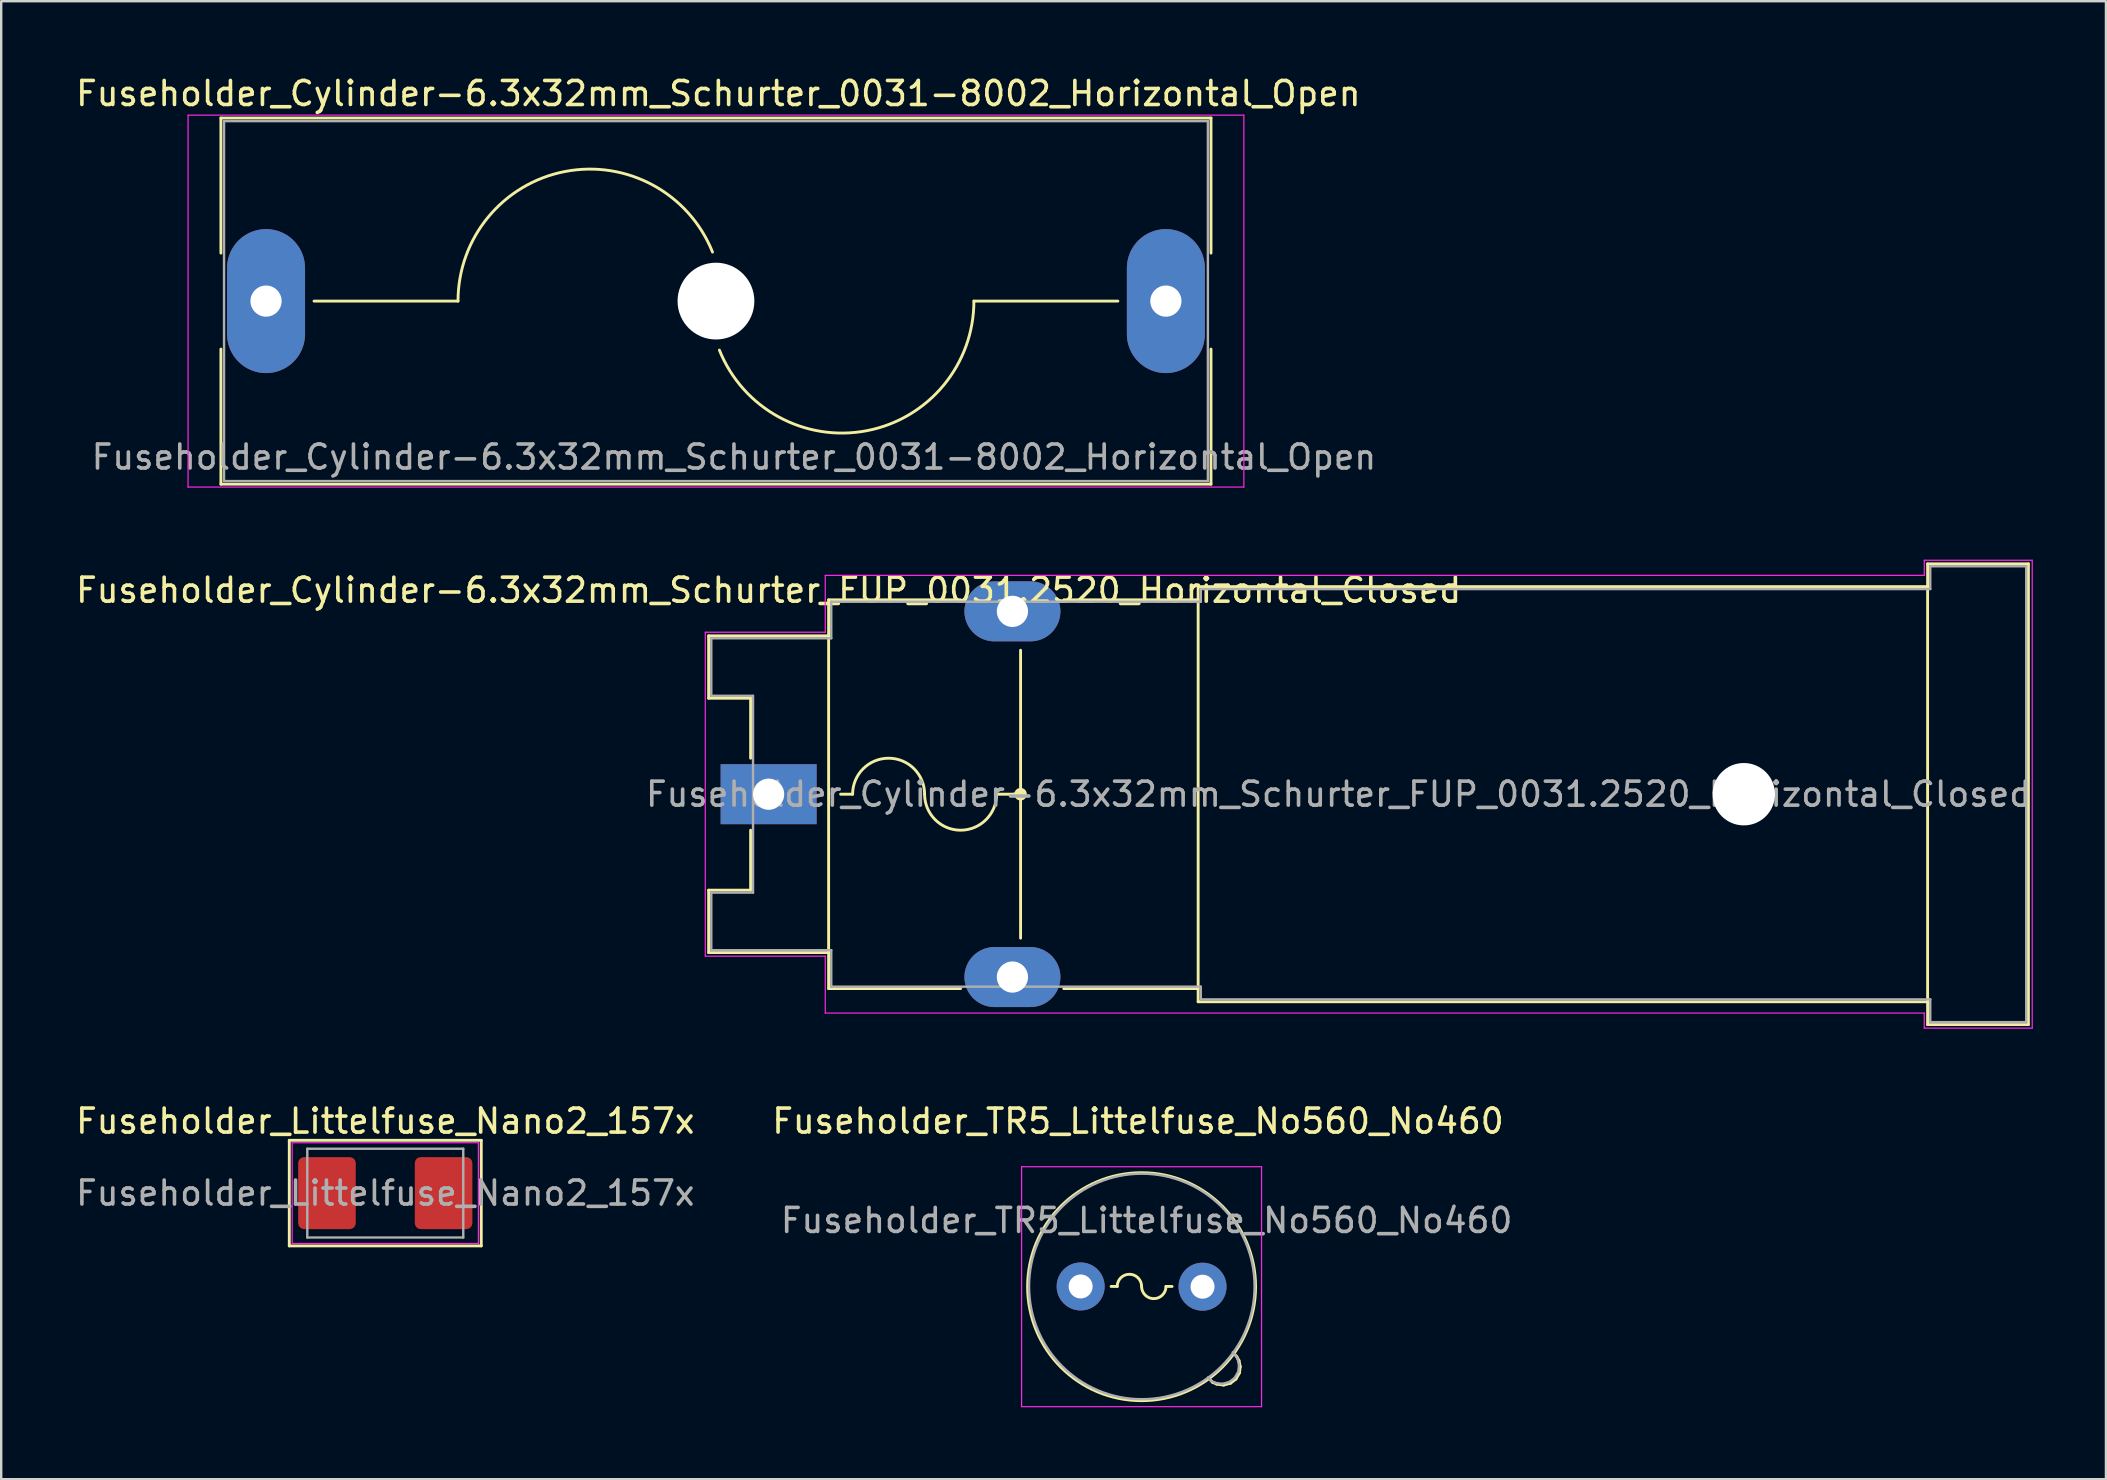
<source format=kicad_pcb>
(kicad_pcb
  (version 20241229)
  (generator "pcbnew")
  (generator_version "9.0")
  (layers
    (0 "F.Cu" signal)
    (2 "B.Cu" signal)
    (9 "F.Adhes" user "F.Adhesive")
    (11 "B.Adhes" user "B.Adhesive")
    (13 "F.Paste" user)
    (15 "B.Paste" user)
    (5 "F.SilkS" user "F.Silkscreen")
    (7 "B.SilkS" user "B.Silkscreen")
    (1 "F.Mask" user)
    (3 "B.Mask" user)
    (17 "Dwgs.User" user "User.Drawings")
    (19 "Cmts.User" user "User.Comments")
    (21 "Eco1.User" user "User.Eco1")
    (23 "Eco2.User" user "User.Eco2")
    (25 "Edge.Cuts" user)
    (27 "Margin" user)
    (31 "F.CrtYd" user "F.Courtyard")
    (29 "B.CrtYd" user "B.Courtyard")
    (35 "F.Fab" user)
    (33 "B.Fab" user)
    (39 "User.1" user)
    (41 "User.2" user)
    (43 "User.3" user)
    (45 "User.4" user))
  (footprint "Fuseholder_Cylinder-6.3x32mm_Schurter_FUP_0031.2520_Horizontal_Closed"
    (layer "F.Cu")
    (at 28.982 30.048)
    (property "Reference" "Fuseholder_Cylinder-6.3x32mm_Schurter_FUP_0031.2520_Horizontal_Closed" (at 0 -8.5 0) (layer "F.SilkS") (effects (font (size 1 1) (thickness 0.15))))
    (fp_line (start -2.5 -6.6) (end 2.5 -6.6) (stroke (width 0.12) (type solid)) (layer "F.SilkS"))
    (fp_line (start -2.5 -4) (end -2.5 -6.6) (stroke (width 0.12) (type solid)) (layer "F.SilkS"))
    (fp_line (start -2.5 4) (end -0.75 4) (stroke (width 0.12) (type solid)) (layer "F.SilkS"))
    (fp_line (start -2.5 6.6) (end -2.5 4) (stroke (width 0.12) (type solid)) (layer "F.SilkS"))
    (fp_line (start -2.5 6.6) (end 2.5 6.6) (stroke (width 0.12) (type solid)) (layer "F.SilkS"))
    (fp_line (start -0.75 -4) (end -2.5 -4) (stroke (width 0.12) (type solid)) (layer "F.SilkS"))
    (fp_line (start -0.75 -1.5) (end -0.75 -4) (stroke (width 0.12) (type solid)) (layer "F.SilkS"))
    (fp_line (start -0.75 4) (end -0.75 1.5) (stroke (width 0.12) (type solid)) (layer "F.SilkS"))
    (fp_line (start 2.5 -8.1) (end 8 -8.1) (stroke (width 0.12) (type solid)) (layer "F.SilkS"))
    (fp_line (start 2.5 8.1) (end 2.5 -8.1) (stroke (width 0.12) (type solid)) (layer "F.SilkS"))
    (fp_line (start 2.5 8.1) (end 8 8.1) (stroke (width 0.12) (type solid)) (layer "F.SilkS"))
    (fp_line (start 3.5 0) (end 3 0) (stroke (width 0.12) (type solid)) (layer "F.SilkS"))
    (fp_line (start 9.5 0) (end 10.5 0) (stroke (width 0.12) (type solid)) (layer "F.SilkS"))
    (fp_line (start 10.2 0) (end 10.5 0) (stroke (width 0.12) (type solid)) (layer "F.SilkS"))
    (fp_line (start 10.5 0) (end 10.5 -6) (stroke (width 0.12) (type solid)) (layer "F.SilkS"))
    (fp_line (start 10.5 0) (end 10.5 6) (stroke (width 0.12) (type solid)) (layer "F.SilkS"))
    (fp_line (start 12.3 -8.1) (end 17.9 -8.1) (stroke (width 0.12) (type solid)) (layer "F.SilkS"))
    (fp_line (start 12.3 8.1) (end 17.9 8.1) (stroke (width 0.12) (type solid)) (layer "F.SilkS"))
    (fp_line (start 17.9 -8.65) (end 48.3 -8.65) (stroke (width 0.12) (type solid)) (layer "F.SilkS"))
    (fp_line (start 17.9 8.65) (end 17.9 -8.65) (stroke (width 0.12) (type solid)) (layer "F.SilkS"))
    (fp_line (start 17.9 8.65) (end 48.3 8.65) (stroke (width 0.12) (type solid)) (layer "F.SilkS"))
    (fp_line (start 48.3 -9.6) (end 52.5 -9.6) (stroke (width 0.12) (type solid)) (layer "F.SilkS"))
    (fp_line (start 48.3 9.6) (end 48.3 -9.6) (stroke (width 0.12) (type solid)) (layer "F.SilkS"))
    (fp_line (start 48.3 9.6) (end 52.5 9.6) (stroke (width 0.12) (type solid)) (layer "F.SilkS"))
    (fp_line (start 52.5 -9.6) (end 52.5 9.6) (stroke (width 0.12) (type solid)) (layer "F.SilkS"))
    (fp_arc (start 3.5 0) (mid 5 -1.5) (end 6.5 0) (stroke (width 0.12) (type solid)) (layer "F.SilkS"))
    (fp_arc (start 9.5 0) (mid 8 1.5) (end 6.5 0) (stroke (width 0.12) (type solid)) (layer "F.SilkS"))
    (fp_circle (center 10.5 0) (end 10.6 -0.025) (stroke (width 0.12) (type solid)) (fill no) (layer "F.SilkS"))
    (fp_circle (center 10.5 0) (end 10.675 -0.1) (stroke (width 0.12) (type solid)) (fill no) (layer "F.SilkS"))
    (fp_line (start -2.64 -6.75) (end 2.36 -6.75) (stroke (width 0.05) (type solid)) (layer "F.CrtYd"))
    (fp_line (start -2.64 6.75) (end -2.64 -6.75) (stroke (width 0.05) (type solid)) (layer "F.CrtYd"))
    (fp_line (start -2.64 6.75) (end 2.36 6.75) (stroke (width 0.05) (type solid)) (layer "F.CrtYd"))
    (fp_line (start 2.36 -9.12) (end 2.36 -6.75) (stroke (width 0.05) (type solid)) (layer "F.CrtYd"))
    (fp_line (start 2.36 -9.12) (end 48.16 -9.12) (stroke (width 0.05) (type solid)) (layer "F.CrtYd"))
    (fp_line (start 2.36 6.75) (end 2.36 9.12) (stroke (width 0.05) (type solid)) (layer "F.CrtYd"))
    (fp_line (start 48.16 -9.75) (end 48.16 -9.12) (stroke (width 0.05) (type solid)) (layer "F.CrtYd"))
    (fp_line (start 48.16 -9.75) (end 52.66 -9.75) (stroke (width 0.05) (type solid)) (layer "F.CrtYd"))
    (fp_line (start 48.16 9.12) (end 2.36 9.12) (stroke (width 0.05) (type solid)) (layer "F.CrtYd"))
    (fp_line (start 48.16 9.12) (end 48.16 9.75) (stroke (width 0.05) (type solid)) (layer "F.CrtYd"))
    (fp_line (start 48.16 9.75) (end 52.66 9.75) (stroke (width 0.05) (type solid)) (layer "F.CrtYd"))
    (fp_line (start 52.66 -9.75) (end 52.66 9.75) (stroke (width 0.05) (type solid)) (layer "F.CrtYd"))
    (fp_line (start -2.39 -4.1) (end -2.39 -6.5) (stroke (width 0.1) (type solid)) (layer "F.Fab"))
    (fp_line (start -2.39 -4.1) (end -0.65 -4.1) (stroke (width 0.1) (type solid)) (layer "F.Fab"))
    (fp_line (start -2.39 4.1) (end -2.39 6.5) (stroke (width 0.1) (type solid)) (layer "F.Fab"))
    (fp_line (start -2.39 6.5) (end 2.61 6.5) (stroke (width 0.1) (type solid)) (layer "F.Fab"))
    (fp_line (start -0.65 -4.1) (end -0.65 4.1) (stroke (width 0.1) (type solid)) (layer "F.Fab"))
    (fp_line (start -0.65 4.1) (end -2.39 4.1) (stroke (width 0.1) (type solid)) (layer "F.Fab"))
    (fp_line (start 2.61 -8.02) (end 2.61 -6.5) (stroke (width 0.1) (type solid)) (layer "F.Fab"))
    (fp_line (start 2.61 -6.5) (end -2.39 -6.5) (stroke (width 0.1) (type solid)) (layer "F.Fab"))
    (fp_line (start 2.61 6.5) (end 2.61 8.02) (stroke (width 0.1) (type solid)) (layer "F.Fab"))
    (fp_line (start 2.61 8.02) (end 18.01 8.02) (stroke (width 0.1) (type solid)) (layer "F.Fab"))
    (fp_line (start 18.01 -8.55) (end 18.01 -8.02) (stroke (width 0.1) (type solid)) (layer "F.Fab"))
    (fp_line (start 18.01 -8.02) (end 2.61 -8.02) (stroke (width 0.1) (type solid)) (layer "F.Fab"))
    (fp_line (start 18.01 8.02) (end 18.01 8.55) (stroke (width 0.1) (type solid)) (layer "F.Fab"))
    (fp_line (start 18.01 8.55) (end 48.41 8.55) (stroke (width 0.1) (type solid)) (layer "F.Fab"))
    (fp_line (start 48.41 -9.5) (end 48.41 -8.55) (stroke (width 0.1) (type solid)) (layer "F.Fab"))
    (fp_line (start 48.41 -8.55) (end 18.01 -8.55) (stroke (width 0.1) (type solid)) (layer "F.Fab"))
    (fp_line (start 48.41 8.55) (end 48.41 9.5) (stroke (width 0.1) (type solid)) (layer "F.Fab"))
    (fp_line (start 48.41 9.5) (end 52.41 9.5) (stroke (width 0.1) (type solid)) (layer "F.Fab"))
    (fp_line (start 52.41 -9.5) (end 48.41 -9.5) (stroke (width 0.1) (type solid)) (layer "F.Fab"))
    (fp_line (start 52.41 -9.5) (end 52.41 9.5) (stroke (width 0.1) (type solid)) (layer "F.Fab"))
    (fp_text user "${REFERENCE}" (at 23.75 0 0) (layer "F.Fab") (effects (font (size 1 1) (thickness 0.15))))
    (pad "" np_thru_hole circle (at 40.64 0) (size 2.6 2.6) (drill 2.6) (layers "*.Cu" "*.Mask"))
    (pad "1" thru_hole rect (at 0 0) (size 4 2.5) (drill 1.3) (layers "*.Cu" "*.Mask"))
    (pad "2" thru_hole oval (at 10.16 -7.62) (size 4 2.5) (drill 1.3) (layers "*.Cu" "*.Mask"))
    (pad "2" thru_hole oval (at 10.16 7.62) (size 4 2.5) (drill 1.3) (layers "*.Cu" "*.Mask")))
  (footprint "Fuseholder_TR5_Littelfuse_No560_No460"
    (layer "F.Cu")
    (at 41.985 50.562)
    (property "Reference" "Fuseholder_TR5_Littelfuse_No560_No460" (at 2.39 -6.89 0) (layer "F.SilkS") (effects (font (size 1 1) (thickness 0.15))))
    (fp_line (start 1.27 0) (end 1.524 0) (stroke (width 0.12) (type solid)) (layer "F.SilkS"))
    (fp_line (start 3.81 0) (end 3.556 0) (stroke (width 0.12) (type solid)) (layer "F.SilkS"))
    (fp_line (start 5.49 3.99) (end 5.36 3.84) (stroke (width 0.12) (type solid)) (layer "F.SilkS"))
    (fp_line (start 5.67 4.07) (end 5.49 3.99) (stroke (width 0.12) (type solid)) (layer "F.SilkS"))
    (fp_line (start 5.96 4.11) (end 5.67 4.07) (stroke (width 0.12) (type solid)) (layer "F.SilkS"))
    (fp_line (start 6.25 4.03) (end 5.96 4.11) (stroke (width 0.12) (type solid)) (layer "F.SilkS"))
    (fp_line (start 6.39 2.79) (end 6.51 2.93) (stroke (width 0.12) (type solid)) (layer "F.SilkS"))
    (fp_line (start 6.47 3.86) (end 6.25 4.03) (stroke (width 0.12) (type solid)) (layer "F.SilkS"))
    (fp_line (start 6.51 2.93) (end 6.6 3.09) (stroke (width 0.12) (type solid)) (layer "F.SilkS"))
    (fp_line (start 6.6 3.09) (end 6.65 3.34) (stroke (width 0.12) (type solid)) (layer "F.SilkS"))
    (fp_line (start 6.62 3.6) (end 6.47 3.86) (stroke (width 0.12) (type solid)) (layer "F.SilkS"))
    (fp_line (start 6.65 3.34) (end 6.62 3.6) (stroke (width 0.12) (type solid)) (layer "F.SilkS"))
    (fp_arc (start 1.524 0) (mid 2.032 -0.508) (end 2.54 0) (stroke (width 0.12) (type solid)) (layer "F.SilkS"))
    (fp_arc (start 3.556 0) (mid 3.048 0.508) (end 2.54 0) (stroke (width 0.12) (type solid)) (layer "F.SilkS"))
    (fp_circle (center 2.54 0.01) (end 7.29 0.01) (stroke (width 0.12) (type solid)) (fill no) (layer "F.SilkS"))
    (fp_line (start -2.46 -4.99) (end -2.46 5.01) (stroke (width 0.05) (type solid)) (layer "F.CrtYd"))
    (fp_line (start -2.46 -4.99) (end 7.54 -4.99) (stroke (width 0.05) (type solid)) (layer "F.CrtYd"))
    (fp_line (start 7.54 5.01) (end -2.46 5.01) (stroke (width 0.05) (type solid)) (layer "F.CrtYd"))
    (fp_line (start 7.54 5.01) (end 7.54 -4.99) (stroke (width 0.05) (type solid)) (layer "F.CrtYd"))
    (fp_line (start 5.44 3.94) (end 5.31 3.79) (stroke (width 0.1) (type solid)) (layer "F.Fab"))
    (fp_line (start 5.62 4.02) (end 5.44 3.94) (stroke (width 0.1) (type solid)) (layer "F.Fab"))
    (fp_line (start 5.91 4.06) (end 5.62 4.02) (stroke (width 0.1) (type solid)) (layer "F.Fab"))
    (fp_line (start 6.2 3.98) (end 5.91 4.06) (stroke (width 0.1) (type solid)) (layer "F.Fab"))
    (fp_line (start 6.34 2.74) (end 6.46 2.88) (stroke (width 0.1) (type solid)) (layer "F.Fab"))
    (fp_line (start 6.42 3.81) (end 6.2 3.98) (stroke (width 0.1) (type solid)) (layer "F.Fab"))
    (fp_line (start 6.46 2.88) (end 6.55 3.04) (stroke (width 0.1) (type solid)) (layer "F.Fab"))
    (fp_line (start 6.55 3.04) (end 6.6 3.29) (stroke (width 0.1) (type solid)) (layer "F.Fab"))
    (fp_line (start 6.57 3.55) (end 6.42 3.81) (stroke (width 0.1) (type solid)) (layer "F.Fab"))
    (fp_line (start 6.6 3.29) (end 6.57 3.55) (stroke (width 0.1) (type solid)) (layer "F.Fab"))
    (fp_circle (center 2.55 0) (end 7.25 0) (stroke (width 0.1) (type solid)) (fill no) (layer "F.Fab"))
    (fp_text user "${REFERENCE}" (at 2.75 -2.75 0) (layer "F.Fab") (effects (font (size 1 1) (thickness 0.15))))
    (pad "1" thru_hole circle (at 0 0) (size 2 2) (drill 1) (layers "*.Cu" "*.Mask"))
    (pad "2" thru_hole circle (at 5.08 0.01) (size 2 2) (drill 1) (layers "*.Cu" "*.Mask")))
  (footprint "Fuseholder_Littelfuse_Nano2_157x"
    (layer "F.Cu")
    (at 13.006 46.672)
    (property "Reference" "Fuseholder_Littelfuse_Nano2_157x" (at 0 -3 0) (layer "F.SilkS") (effects (font (size 1 1) (thickness 0.15))))
    (attr smd)
    (fp_line (start -4 -2.2) (end -4 2.2) (stroke (width 0.12) (type solid)) (layer "F.SilkS"))
    (fp_line (start -4 2.2) (end 4 2.2) (stroke (width 0.12) (type solid)) (layer "F.SilkS"))
    (fp_line (start 4 -2.2) (end -4 -2.2) (stroke (width 0.12) (type solid)) (layer "F.SilkS"))
    (fp_line (start 4 2.2) (end 4 -2.2) (stroke (width 0.12) (type solid)) (layer "F.SilkS"))
    (fp_line (start -3.88 -2.1) (end -3.88 2.1) (stroke (width 0.05) (type solid)) (layer "F.CrtYd"))
    (fp_line (start -3.88 -2.1) (end 3.88 -2.1) (stroke (width 0.05) (type solid)) (layer "F.CrtYd"))
    (fp_line (start -3.88 2.1) (end 3.88 2.1) (stroke (width 0.05) (type solid)) (layer "F.CrtYd"))
    (fp_line (start 3.88 -2.1) (end 3.88 2.1) (stroke (width 0.05) (type solid)) (layer "F.CrtYd"))
    (fp_line (start -3.25 -1.85) (end -3.25 1.85) (stroke (width 0.1) (type solid)) (layer "F.Fab"))
    (fp_line (start -3.25 -1.85) (end 3.25 -1.85) (stroke (width 0.1) (type solid)) (layer "F.Fab"))
    (fp_line (start -3.25 1.85) (end 3.25 1.85) (stroke (width 0.1) (type solid)) (layer "F.Fab"))
    (fp_line (start 3.25 -1.85) (end 3.25 1.85) (stroke (width 0.1) (type solid)) (layer "F.Fab"))
    (fp_text user "${REFERENCE}" (at 0 0 0) (layer "F.Fab") (effects (font (size 1 1) (thickness 0.15))))
    (pad "1" smd roundrect (at -2.43 0) (size 2.4 3) (layers "F.Cu" "F.Mask" "F.Paste") (roundrect_rratio 0.104))
    (pad "2" smd roundrect (at 2.43 0) (size 2.4 3) (layers "F.Cu" "F.Mask" "F.Paste") (roundrect_rratio 0.104)))
  (footprint "Fuseholder_Cylinder-6.3x32mm_Schurter_0031-8002_Horizontal_Open"
    (layer "F.Cu")
    (at 8.037 9.498)
    (property "Reference" "Fuseholder_Cylinder-6.3x32mm_Schurter_0031-8002_Horizontal_Open" (at 18.85 -8.65 0) (layer "F.SilkS") (effects (font (size 1 1) (thickness 0.15))))
    (fp_line (start -1.88 -7.63) (end -1.88 -2) (stroke (width 0.12) (type solid)) (layer "F.SilkS"))
    (fp_line (start -1.88 -7.63) (end 39.38 -7.63) (stroke (width 0.12) (type solid)) (layer "F.SilkS"))
    (fp_line (start -1.88 2) (end -1.88 7.63) (stroke (width 0.12) (type solid)) (layer "F.SilkS"))
    (fp_line (start 2 0) (end 8 0) (stroke (width 0.12) (type solid)) (layer "F.SilkS"))
    (fp_line (start 29.5 0) (end 35.5 0) (stroke (width 0.12) (type solid)) (layer "F.SilkS"))
    (fp_line (start 39.38 -7.63) (end 39.38 -2) (stroke (width 0.12) (type solid)) (layer "F.SilkS"))
    (fp_line (start 39.38 2) (end 39.38 7.63) (stroke (width 0.12) (type solid)) (layer "F.SilkS"))
    (fp_line (start 39.38 7.63) (end -1.88 7.63) (stroke (width 0.12) (type solid)) (layer "F.SilkS"))
    (fp_arc (start 8 0) (mid 12.459909 -5.40076) (end 18.606622 -2.042649) (stroke (width 0.12) (type solid)) (layer "F.SilkS"))
    (fp_arc (start 29.5 0) (mid 25.040091 5.40076) (end 18.893378 2.042649) (stroke (width 0.12) (type solid)) (layer "F.SilkS"))
    (fp_line (start -3.25 -7.75) (end -3.25 7.75) (stroke (width 0.05) (type solid)) (layer "F.CrtYd"))
    (fp_line (start -3.25 -7.75) (end 40.75 -7.75) (stroke (width 0.05) (type solid)) (layer "F.CrtYd"))
    (fp_line (start 40.75 7.75) (end -3.25 7.75) (stroke (width 0.05) (type solid)) (layer "F.CrtYd"))
    (fp_line (start 40.75 7.75) (end 40.75 -7.75) (stroke (width 0.05) (type solid)) (layer "F.CrtYd"))
    (fp_line (start -1.75 -7.5) (end -1.75 7.5) (stroke (width 0.1) (type solid)) (layer "F.Fab"))
    (fp_line (start -1.75 7.5) (end 39.25 7.5) (stroke (width 0.1) (type solid)) (layer "F.Fab"))
    (fp_line (start 39.25 -7.5) (end -1.75 -7.5) (stroke (width 0.1) (type solid)) (layer "F.Fab"))
    (fp_line (start 39.25 7.5) (end 39.25 -7.5) (stroke (width 0.1) (type solid)) (layer "F.Fab"))
    (fp_text user "${REFERENCE}" (at 19.5 6.5 0) (layer "F.Fab") (effects (font (size 1 1) (thickness 0.15))))
    (pad "" np_thru_hole circle (at 18.75 0) (size 3.2 3.2) (drill 3.2) (layers "*.Cu" "*.Mask"))
    (pad "1" thru_hole oval (at 0 0) (size 3.25 6) (drill 1.3) (layers "*.Cu" "*.Mask"))
    (pad "2" thru_hole oval (at 37.5 0) (size 3.25 6) (drill 1.3) (layers "*.Cu" "*.Mask")))
  (gr_rect
    (start -3 -3)
    (end 84.714 58.596)
    (stroke (width 0.1) (type default))
    (fill no)
    (layer "Edge.Cuts")))
</source>
